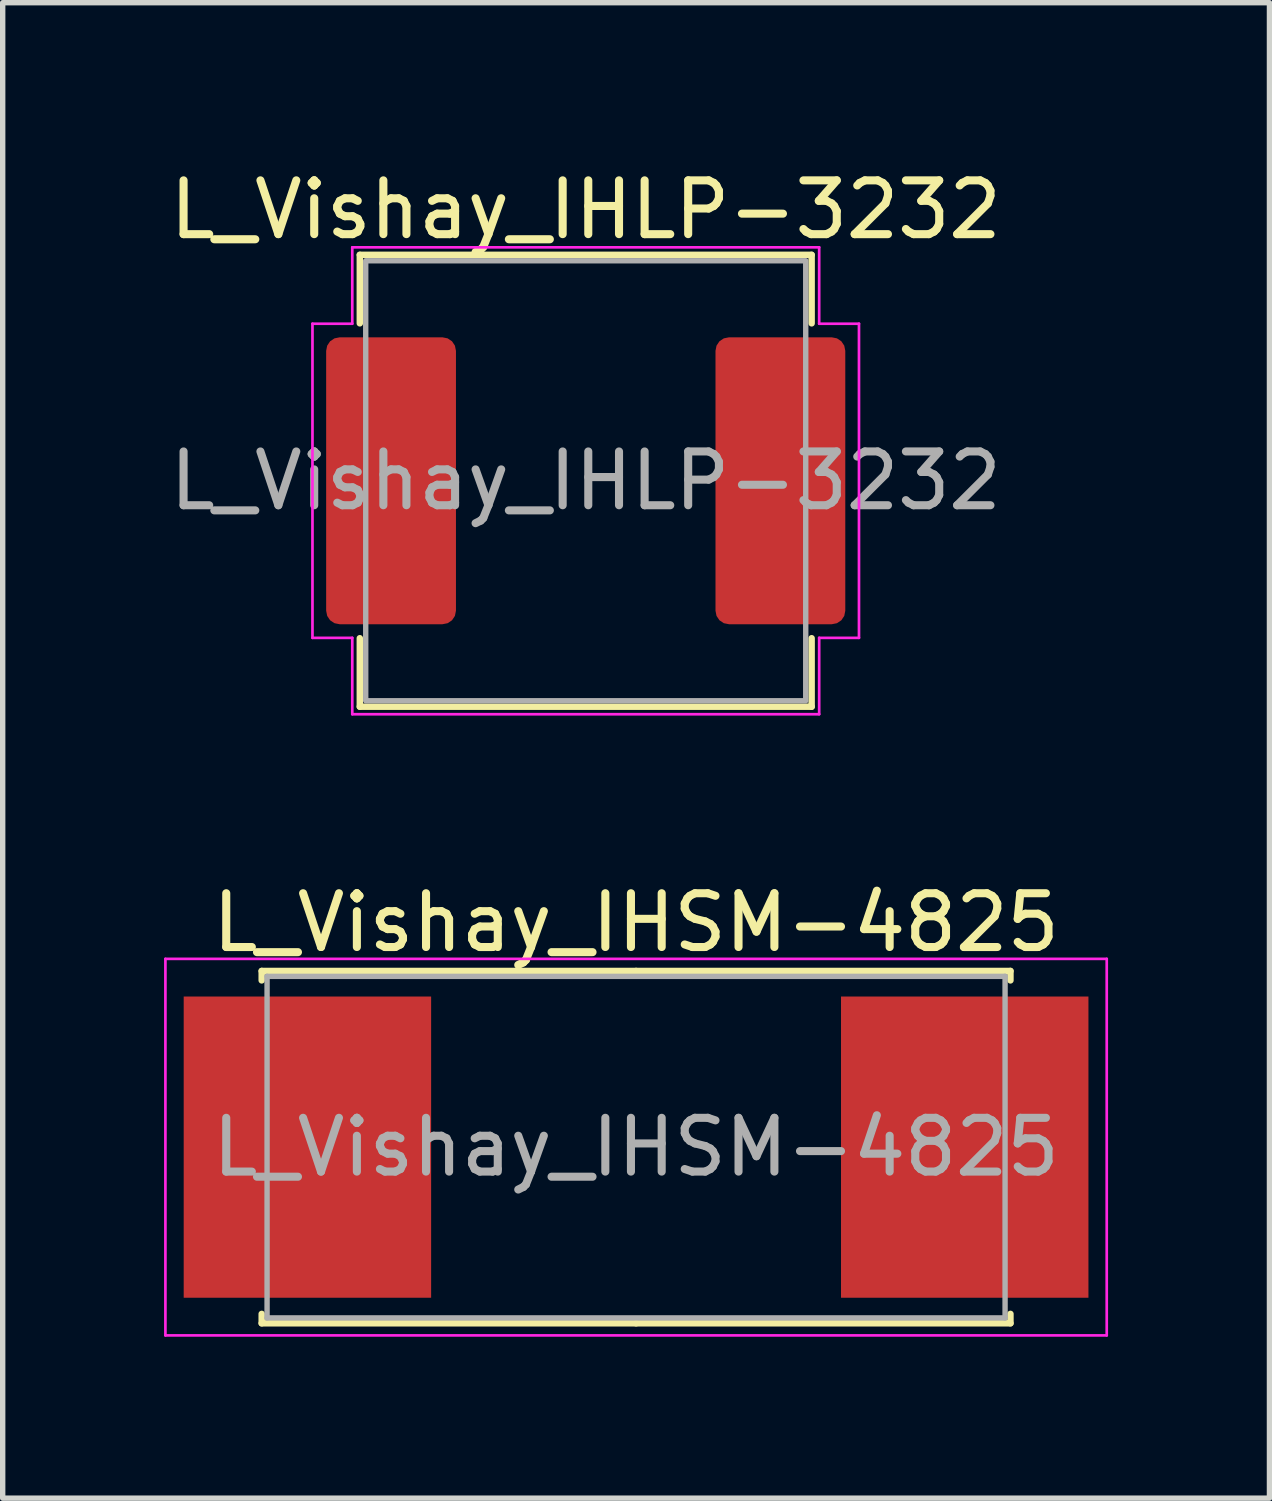
<source format=kicad_pcb>
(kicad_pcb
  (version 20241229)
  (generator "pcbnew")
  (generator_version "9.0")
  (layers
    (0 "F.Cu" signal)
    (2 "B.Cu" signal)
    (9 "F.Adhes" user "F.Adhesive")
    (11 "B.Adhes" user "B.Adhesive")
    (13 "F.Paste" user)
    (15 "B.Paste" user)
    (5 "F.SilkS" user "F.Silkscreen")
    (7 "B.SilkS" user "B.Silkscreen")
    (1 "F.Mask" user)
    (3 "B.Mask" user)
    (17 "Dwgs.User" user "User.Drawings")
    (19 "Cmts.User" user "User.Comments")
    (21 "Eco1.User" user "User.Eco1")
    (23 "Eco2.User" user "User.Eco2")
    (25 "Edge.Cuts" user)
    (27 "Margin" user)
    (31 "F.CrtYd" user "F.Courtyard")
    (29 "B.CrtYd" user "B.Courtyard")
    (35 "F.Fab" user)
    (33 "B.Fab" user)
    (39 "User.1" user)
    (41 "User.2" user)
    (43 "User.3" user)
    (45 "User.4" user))
  (footprint "L_Vishay_IHLP-3232"
    (layer "F.Cu")
    (at 7.839 5.888)
    (property "Reference" "L_Vishay_IHLP-3232" (at 0 -5.04 0) (layer "F.SilkS") (effects (font (size 1 1) (thickness 0.15))))
    (attr smd)
    (fp_line (start -4.2 -4.2) (end 4.2 -4.2) (stroke (width 0.12) (type solid)) (layer "F.SilkS"))
    (fp_line (start -4.2 -2.927) (end -4.2 -4.2) (stroke (width 0.12) (type solid)) (layer "F.SilkS"))
    (fp_line (start -4.2 4.2) (end -4.2 2.927) (stroke (width 0.12) (type solid)) (layer "F.SilkS"))
    (fp_line (start 4.2 -4.2) (end 4.2 -2.927) (stroke (width 0.12) (type solid)) (layer "F.SilkS"))
    (fp_line (start 4.2 2.927) (end 4.2 4.2) (stroke (width 0.12) (type solid)) (layer "F.SilkS"))
    (fp_line (start 4.2 4.2) (end -4.2 4.2) (stroke (width 0.12) (type solid)) (layer "F.SilkS"))
    (fp_line (start -5.08 -2.92) (end -4.34 -2.92) (stroke (width 0.05) (type solid)) (layer "F.CrtYd"))
    (fp_line (start -5.08 2.92) (end -5.08 -2.92) (stroke (width 0.05) (type solid)) (layer "F.CrtYd"))
    (fp_line (start -4.34 -4.34) (end 4.34 -4.34) (stroke (width 0.05) (type solid)) (layer "F.CrtYd"))
    (fp_line (start -4.34 -2.92) (end -4.34 -4.34) (stroke (width 0.05) (type solid)) (layer "F.CrtYd"))
    (fp_line (start -4.34 2.92) (end -5.08 2.92) (stroke (width 0.05) (type solid)) (layer "F.CrtYd"))
    (fp_line (start -4.34 4.34) (end -4.34 2.92) (stroke (width 0.05) (type solid)) (layer "F.CrtYd"))
    (fp_line (start 4.34 -4.34) (end 4.34 -2.92) (stroke (width 0.05) (type solid)) (layer "F.CrtYd"))
    (fp_line (start 4.34 -2.92) (end 5.08 -2.92) (stroke (width 0.05) (type solid)) (layer "F.CrtYd"))
    (fp_line (start 4.34 2.92) (end 4.34 4.34) (stroke (width 0.05) (type solid)) (layer "F.CrtYd"))
    (fp_line (start 4.34 4.34) (end -4.34 4.34) (stroke (width 0.05) (type solid)) (layer "F.CrtYd"))
    (fp_line (start 5.08 -2.92) (end 5.08 2.92) (stroke (width 0.05) (type solid)) (layer "F.CrtYd"))
    (fp_line (start 5.08 2.92) (end 4.34 2.92) (stroke (width 0.05) (type solid)) (layer "F.CrtYd"))
    (fp_rect (start -4.09 -4.09) (end 4.09 4.09) (stroke (width 0.1) (type solid)) (fill no) (layer "F.Fab"))
    (fp_text user "${REFERENCE}" (at 0 0 0) (layer "F.Fab") (effects (font (size 1 1) (thickness 0.15))))
    (pad "1" smd roundrect (at -3.619 0) (size 2.413 5.334) (layers "F.Cu" "F.Mask" "F.Paste") (roundrect_rratio 0.104))
    (pad "2" smd roundrect (at 3.619 0) (size 2.413 5.334) (layers "F.Cu" "F.Mask" "F.Paste") (roundrect_rratio 0.104)))
  (footprint "L_Vishay_IHSM-4825"
    (layer "F.Cu")
    (at 8.775 18.276)
    (property "Reference" "L_Vishay_IHSM-4825" (at 0 -4.175 0) (layer "F.SilkS") (effects (font (size 1 1) (thickness 0.15))))
    (attr smd)
    (fp_line (start -6.96 -3.275) (end 0 -3.275) (stroke (width 0.12) (type solid)) (layer "F.SilkS"))
    (fp_line (start -6.96 -3.1) (end -6.96 -3.275) (stroke (width 0.12) (type solid)) (layer "F.SilkS"))
    (fp_line (start -6.96 3.1) (end -6.96 3.275) (stroke (width 0.12) (type solid)) (layer "F.SilkS"))
    (fp_line (start -6.96 3.275) (end 0 3.275) (stroke (width 0.12) (type solid)) (layer "F.SilkS"))
    (fp_line (start 6.96 -3.275) (end 0 -3.275) (stroke (width 0.12) (type solid)) (layer "F.SilkS"))
    (fp_line (start 6.96 -3.1) (end 6.96 -3.275) (stroke (width 0.12) (type solid)) (layer "F.SilkS"))
    (fp_line (start 6.96 3.1) (end 6.96 3.275) (stroke (width 0.12) (type solid)) (layer "F.SilkS"))
    (fp_line (start 6.96 3.275) (end 0 3.275) (stroke (width 0.12) (type solid)) (layer "F.SilkS"))
    (fp_line (start -8.75 -3.5) (end -8.75 3.5) (stroke (width 0.05) (type solid)) (layer "F.CrtYd"))
    (fp_line (start -8.75 3.5) (end 8.75 3.5) (stroke (width 0.05) (type solid)) (layer "F.CrtYd"))
    (fp_line (start 8.75 -3.5) (end -8.75 -3.5) (stroke (width 0.05) (type solid)) (layer "F.CrtYd"))
    (fp_line (start 8.75 3.5) (end 8.75 -3.5) (stroke (width 0.05) (type solid)) (layer "F.CrtYd"))
    (fp_line (start -6.86 -3.175) (end -6.86 3.175) (stroke (width 0.1) (type solid)) (layer "F.Fab"))
    (fp_line (start -6.86 3.175) (end 6.86 3.175) (stroke (width 0.1) (type solid)) (layer "F.Fab"))
    (fp_line (start 6.86 -3.175) (end -6.86 -3.175) (stroke (width 0.1) (type solid)) (layer "F.Fab"))
    (fp_line (start 6.86 3.175) (end 6.86 -3.175) (stroke (width 0.1) (type solid)) (layer "F.Fab"))
    (fp_text user "${REFERENCE}" (at 0 0 0) (layer "F.Fab") (effects (font (size 1 1) (thickness 0.15))))
    (pad "1" smd rect (at -6.11 0) (size 4.6 5.6) (layers "F.Cu" "F.Mask" "F.Paste"))
    (pad "2" smd rect (at 6.11 0) (size 4.6 5.6) (layers "F.Cu" "F.Mask" "F.Paste")))
  (gr_rect
    (start -3 -3)
    (end 20.55 24.802)
    (stroke (width 0.1) (type default))
    (fill no)
    (layer "Edge.Cuts")))
</source>
